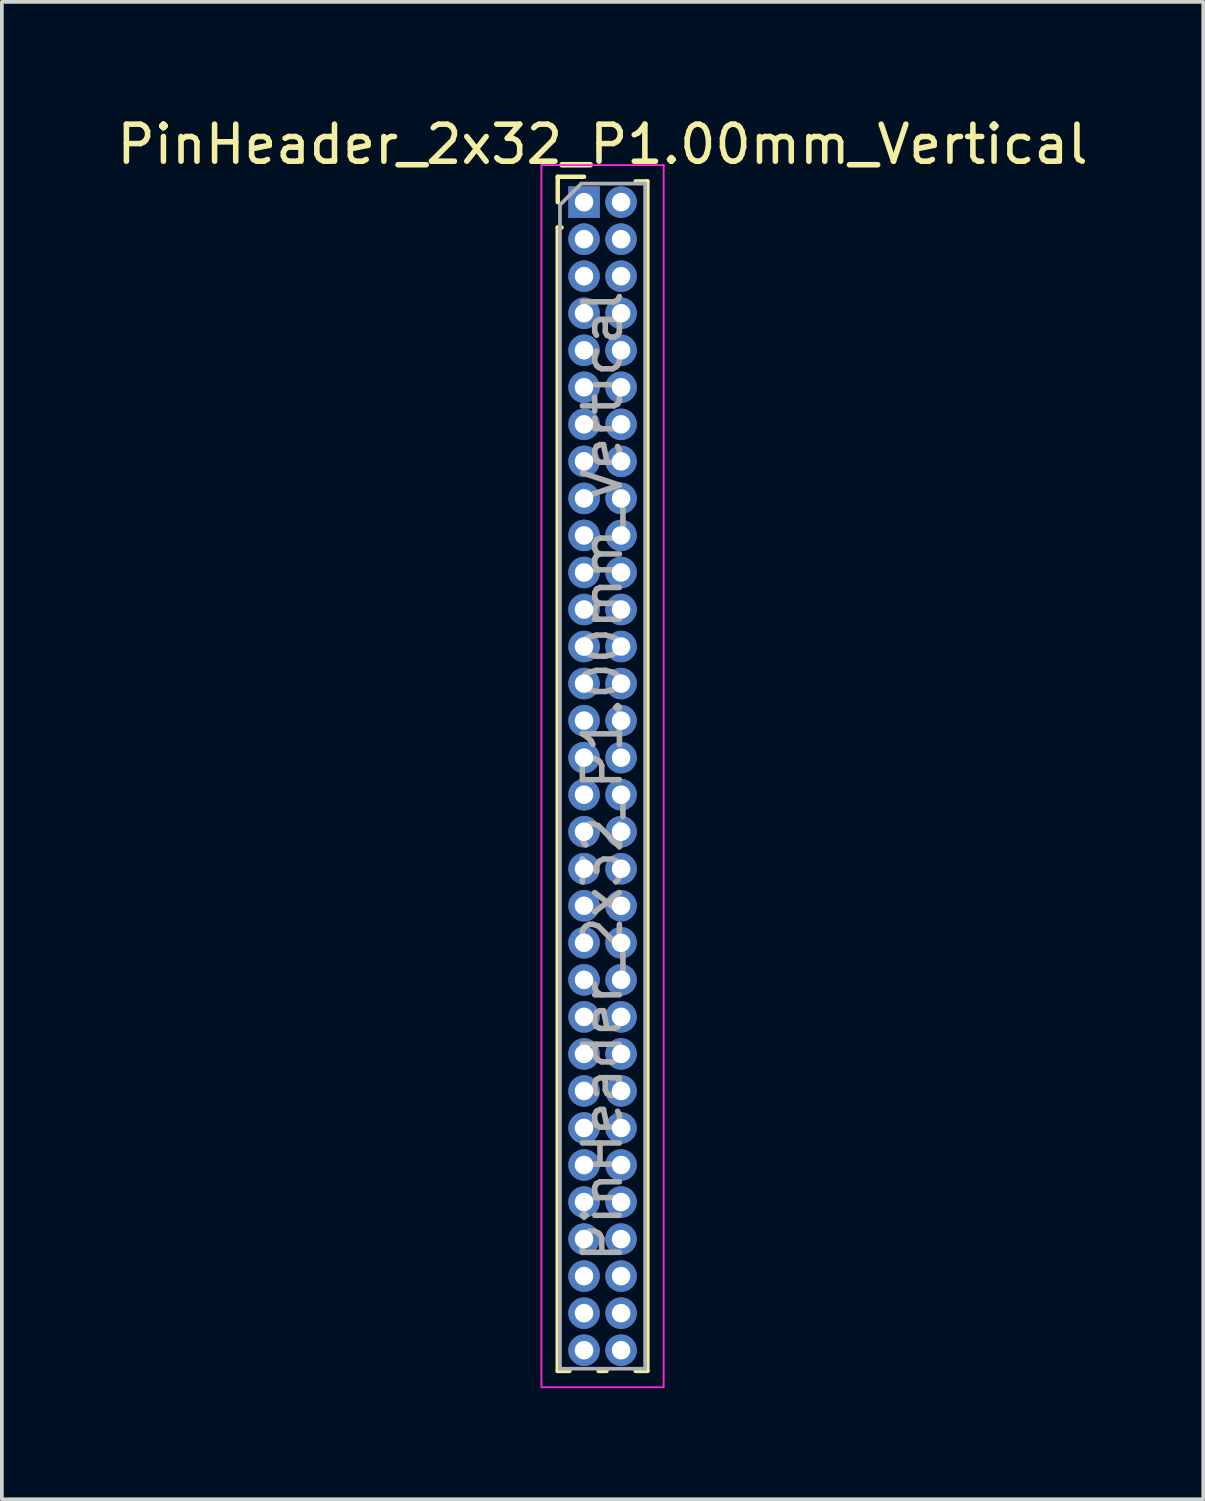
<source format=kicad_pcb>
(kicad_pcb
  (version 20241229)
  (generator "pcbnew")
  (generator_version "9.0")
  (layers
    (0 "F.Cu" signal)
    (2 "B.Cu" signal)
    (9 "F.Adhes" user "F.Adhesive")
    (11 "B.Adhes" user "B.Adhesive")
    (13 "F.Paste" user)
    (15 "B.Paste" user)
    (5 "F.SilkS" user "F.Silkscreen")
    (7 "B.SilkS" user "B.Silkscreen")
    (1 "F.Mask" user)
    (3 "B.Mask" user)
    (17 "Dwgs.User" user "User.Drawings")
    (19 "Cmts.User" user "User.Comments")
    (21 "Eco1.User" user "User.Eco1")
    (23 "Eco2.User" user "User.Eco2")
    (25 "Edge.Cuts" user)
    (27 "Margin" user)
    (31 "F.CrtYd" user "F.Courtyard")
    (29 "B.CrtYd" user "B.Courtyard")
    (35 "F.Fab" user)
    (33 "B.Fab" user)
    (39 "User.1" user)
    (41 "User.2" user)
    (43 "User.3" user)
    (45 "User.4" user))
  (footprint "PinHeader_2x32_P1.00mm_Vertical"
    (layer "F.Cu")
    (at 12.72 2.408)
    (property "Reference" "PinHeader_2x32_P1.00mm_Vertical" (at 0.5 -1.56 0) (layer "F.SilkS") (effects (font (size 1 1) (thickness 0.15))))
    (attr through_hole)
    (fp_line (start -0.71 -0.685) (end 0 -0.685) (stroke (width 0.12) (type solid)) (layer "F.SilkS"))
    (fp_line (start -0.71 0) (end -0.71 -0.685) (stroke (width 0.12) (type solid)) (layer "F.SilkS"))
    (fp_line (start -0.71 0.685) (end -0.71 31.56) (stroke (width 0.12) (type solid)) (layer "F.SilkS"))
    (fp_line (start -0.71 0.685) (end -0.608 0.685) (stroke (width 0.12) (type solid)) (layer "F.SilkS"))
    (fp_line (start -0.71 31.56) (end -0.394 31.56) (stroke (width 0.12) (type solid)) (layer "F.SilkS"))
    (fp_line (start 0.394 31.56) (end 0.606 31.56) (stroke (width 0.12) (type solid)) (layer "F.SilkS"))
    (fp_line (start 1.394 -0.56) (end 1.71 -0.56) (stroke (width 0.12) (type solid)) (layer "F.SilkS"))
    (fp_line (start 1.394 31.56) (end 1.71 31.56) (stroke (width 0.12) (type solid)) (layer "F.SilkS"))
    (fp_line (start 1.71 -0.56) (end 1.71 31.56) (stroke (width 0.12) (type solid)) (layer "F.SilkS"))
    (fp_line (start -1.15 -1) (end -1.15 32) (stroke (width 0.05) (type solid)) (layer "F.CrtYd"))
    (fp_line (start -1.15 32) (end 2.15 32) (stroke (width 0.05) (type solid)) (layer "F.CrtYd"))
    (fp_line (start 2.15 -1) (end -1.15 -1) (stroke (width 0.05) (type solid)) (layer "F.CrtYd"))
    (fp_line (start 2.15 32) (end 2.15 -1) (stroke (width 0.05) (type solid)) (layer "F.CrtYd"))
    (fp_line (start -0.65 0.075) (end -0.075 -0.5) (stroke (width 0.1) (type solid)) (layer "F.Fab"))
    (fp_line (start -0.65 31.5) (end -0.65 0.075) (stroke (width 0.1) (type solid)) (layer "F.Fab"))
    (fp_line (start -0.075 -0.5) (end 1.65 -0.5) (stroke (width 0.1) (type solid)) (layer "F.Fab"))
    (fp_line (start 1.65 -0.5) (end 1.65 31.5) (stroke (width 0.1) (type solid)) (layer "F.Fab"))
    (fp_line (start 1.65 31.5) (end -0.65 31.5) (stroke (width 0.1) (type solid)) (layer "F.Fab"))
    (fp_text user "${REFERENCE}" (at 0.5 15.5 90) (layer "F.Fab") (effects (font (size 1 1) (thickness 0.15))))
    (pad "1" thru_hole rect (at 0 0) (size 0.85 0.85) (drill 0.5) (layers "*.Cu" "*.Mask"))
    (pad "2" thru_hole oval (at 1 0) (size 0.85 0.85) (drill 0.5) (layers "*.Cu" "*.Mask"))
    (pad "3" thru_hole oval (at 0 1) (size 0.85 0.85) (drill 0.5) (layers "*.Cu" "*.Mask"))
    (pad "4" thru_hole oval (at 1 1) (size 0.85 0.85) (drill 0.5) (layers "*.Cu" "*.Mask"))
    (pad "5" thru_hole oval (at 0 2) (size 0.85 0.85) (drill 0.5) (layers "*.Cu" "*.Mask"))
    (pad "6" thru_hole oval (at 1 2) (size 0.85 0.85) (drill 0.5) (layers "*.Cu" "*.Mask"))
    (pad "7" thru_hole oval (at 0 3) (size 0.85 0.85) (drill 0.5) (layers "*.Cu" "*.Mask"))
    (pad "8" thru_hole oval (at 1 3) (size 0.85 0.85) (drill 0.5) (layers "*.Cu" "*.Mask"))
    (pad "9" thru_hole oval (at 0 4) (size 0.85 0.85) (drill 0.5) (layers "*.Cu" "*.Mask"))
    (pad "10" thru_hole oval (at 1 4) (size 0.85 0.85) (drill 0.5) (layers "*.Cu" "*.Mask"))
    (pad "11" thru_hole oval (at 0 5) (size 0.85 0.85) (drill 0.5) (layers "*.Cu" "*.Mask"))
    (pad "12" thru_hole oval (at 1 5) (size 0.85 0.85) (drill 0.5) (layers "*.Cu" "*.Mask"))
    (pad "13" thru_hole oval (at 0 6) (size 0.85 0.85) (drill 0.5) (layers "*.Cu" "*.Mask"))
    (pad "14" thru_hole oval (at 1 6) (size 0.85 0.85) (drill 0.5) (layers "*.Cu" "*.Mask"))
    (pad "15" thru_hole oval (at 0 7) (size 0.85 0.85) (drill 0.5) (layers "*.Cu" "*.Mask"))
    (pad "16" thru_hole oval (at 1 7) (size 0.85 0.85) (drill 0.5) (layers "*.Cu" "*.Mask"))
    (pad "17" thru_hole oval (at 0 8) (size 0.85 0.85) (drill 0.5) (layers "*.Cu" "*.Mask"))
    (pad "18" thru_hole oval (at 1 8) (size 0.85 0.85) (drill 0.5) (layers "*.Cu" "*.Mask"))
    (pad "19" thru_hole oval (at 0 9) (size 0.85 0.85) (drill 0.5) (layers "*.Cu" "*.Mask"))
    (pad "20" thru_hole oval (at 1 9) (size 0.85 0.85) (drill 0.5) (layers "*.Cu" "*.Mask"))
    (pad "21" thru_hole oval (at 0 10) (size 0.85 0.85) (drill 0.5) (layers "*.Cu" "*.Mask"))
    (pad "22" thru_hole oval (at 1 10) (size 0.85 0.85) (drill 0.5) (layers "*.Cu" "*.Mask"))
    (pad "23" thru_hole oval (at 0 11) (size 0.85 0.85) (drill 0.5) (layers "*.Cu" "*.Mask"))
    (pad "24" thru_hole oval (at 1 11) (size 0.85 0.85) (drill 0.5) (layers "*.Cu" "*.Mask"))
    (pad "25" thru_hole oval (at 0 12) (size 0.85 0.85) (drill 0.5) (layers "*.Cu" "*.Mask"))
    (pad "26" thru_hole oval (at 1 12) (size 0.85 0.85) (drill 0.5) (layers "*.Cu" "*.Mask"))
    (pad "27" thru_hole oval (at 0 13) (size 0.85 0.85) (drill 0.5) (layers "*.Cu" "*.Mask"))
    (pad "28" thru_hole oval (at 1 13) (size 0.85 0.85) (drill 0.5) (layers "*.Cu" "*.Mask"))
    (pad "29" thru_hole oval (at 0 14) (size 0.85 0.85) (drill 0.5) (layers "*.Cu" "*.Mask"))
    (pad "30" thru_hole oval (at 1 14) (size 0.85 0.85) (drill 0.5) (layers "*.Cu" "*.Mask"))
    (pad "31" thru_hole oval (at 0 15) (size 0.85 0.85) (drill 0.5) (layers "*.Cu" "*.Mask"))
    (pad "32" thru_hole oval (at 1 15) (size 0.85 0.85) (drill 0.5) (layers "*.Cu" "*.Mask"))
    (pad "33" thru_hole oval (at 0 16) (size 0.85 0.85) (drill 0.5) (layers "*.Cu" "*.Mask"))
    (pad "34" thru_hole oval (at 1 16) (size 0.85 0.85) (drill 0.5) (layers "*.Cu" "*.Mask"))
    (pad "35" thru_hole oval (at 0 17) (size 0.85 0.85) (drill 0.5) (layers "*.Cu" "*.Mask"))
    (pad "36" thru_hole oval (at 1 17) (size 0.85 0.85) (drill 0.5) (layers "*.Cu" "*.Mask"))
    (pad "37" thru_hole oval (at 0 18) (size 0.85 0.85) (drill 0.5) (layers "*.Cu" "*.Mask"))
    (pad "38" thru_hole oval (at 1 18) (size 0.85 0.85) (drill 0.5) (layers "*.Cu" "*.Mask"))
    (pad "39" thru_hole oval (at 0 19) (size 0.85 0.85) (drill 0.5) (layers "*.Cu" "*.Mask"))
    (pad "40" thru_hole oval (at 1 19) (size 0.85 0.85) (drill 0.5) (layers "*.Cu" "*.Mask"))
    (pad "41" thru_hole oval (at 0 20) (size 0.85 0.85) (drill 0.5) (layers "*.Cu" "*.Mask"))
    (pad "42" thru_hole oval (at 1 20) (size 0.85 0.85) (drill 0.5) (layers "*.Cu" "*.Mask"))
    (pad "43" thru_hole oval (at 0 21) (size 0.85 0.85) (drill 0.5) (layers "*.Cu" "*.Mask"))
    (pad "44" thru_hole oval (at 1 21) (size 0.85 0.85) (drill 0.5) (layers "*.Cu" "*.Mask"))
    (pad "45" thru_hole oval (at 0 22) (size 0.85 0.85) (drill 0.5) (layers "*.Cu" "*.Mask"))
    (pad "46" thru_hole oval (at 1 22) (size 0.85 0.85) (drill 0.5) (layers "*.Cu" "*.Mask"))
    (pad "47" thru_hole oval (at 0 23) (size 0.85 0.85) (drill 0.5) (layers "*.Cu" "*.Mask"))
    (pad "48" thru_hole oval (at 1 23) (size 0.85 0.85) (drill 0.5) (layers "*.Cu" "*.Mask"))
    (pad "49" thru_hole oval (at 0 24) (size 0.85 0.85) (drill 0.5) (layers "*.Cu" "*.Mask"))
    (pad "50" thru_hole oval (at 1 24) (size 0.85 0.85) (drill 0.5) (layers "*.Cu" "*.Mask"))
    (pad "51" thru_hole oval (at 0 25) (size 0.85 0.85) (drill 0.5) (layers "*.Cu" "*.Mask"))
    (pad "52" thru_hole oval (at 1 25) (size 0.85 0.85) (drill 0.5) (layers "*.Cu" "*.Mask"))
    (pad "53" thru_hole oval (at 0 26) (size 0.85 0.85) (drill 0.5) (layers "*.Cu" "*.Mask"))
    (pad "54" thru_hole oval (at 1 26) (size 0.85 0.85) (drill 0.5) (layers "*.Cu" "*.Mask"))
    (pad "55" thru_hole oval (at 0 27) (size 0.85 0.85) (drill 0.5) (layers "*.Cu" "*.Mask"))
    (pad "56" thru_hole oval (at 1 27) (size 0.85 0.85) (drill 0.5) (layers "*.Cu" "*.Mask"))
    (pad "57" thru_hole oval (at 0 28) (size 0.85 0.85) (drill 0.5) (layers "*.Cu" "*.Mask"))
    (pad "58" thru_hole oval (at 1 28) (size 0.85 0.85) (drill 0.5) (layers "*.Cu" "*.Mask"))
    (pad "59" thru_hole oval (at 0 29) (size 0.85 0.85) (drill 0.5) (layers "*.Cu" "*.Mask"))
    (pad "60" thru_hole oval (at 1 29) (size 0.85 0.85) (drill 0.5) (layers "*.Cu" "*.Mask"))
    (pad "61" thru_hole oval (at 0 30) (size 0.85 0.85) (drill 0.5) (layers "*.Cu" "*.Mask"))
    (pad "62" thru_hole oval (at 1 30) (size 0.85 0.85) (drill 0.5) (layers "*.Cu" "*.Mask"))
    (pad "63" thru_hole oval (at 0 31) (size 0.85 0.85) (drill 0.5) (layers "*.Cu" "*.Mask"))
    (pad "64" thru_hole oval (at 1 31) (size 0.85 0.85) (drill 0.5) (layers "*.Cu" "*.Mask")))
  (gr_rect
    (start -3 -3)
    (end 29.44 37.433)
    (stroke (width 0.1) (type default))
    (fill no)
    (layer "Edge.Cuts")))
</source>
